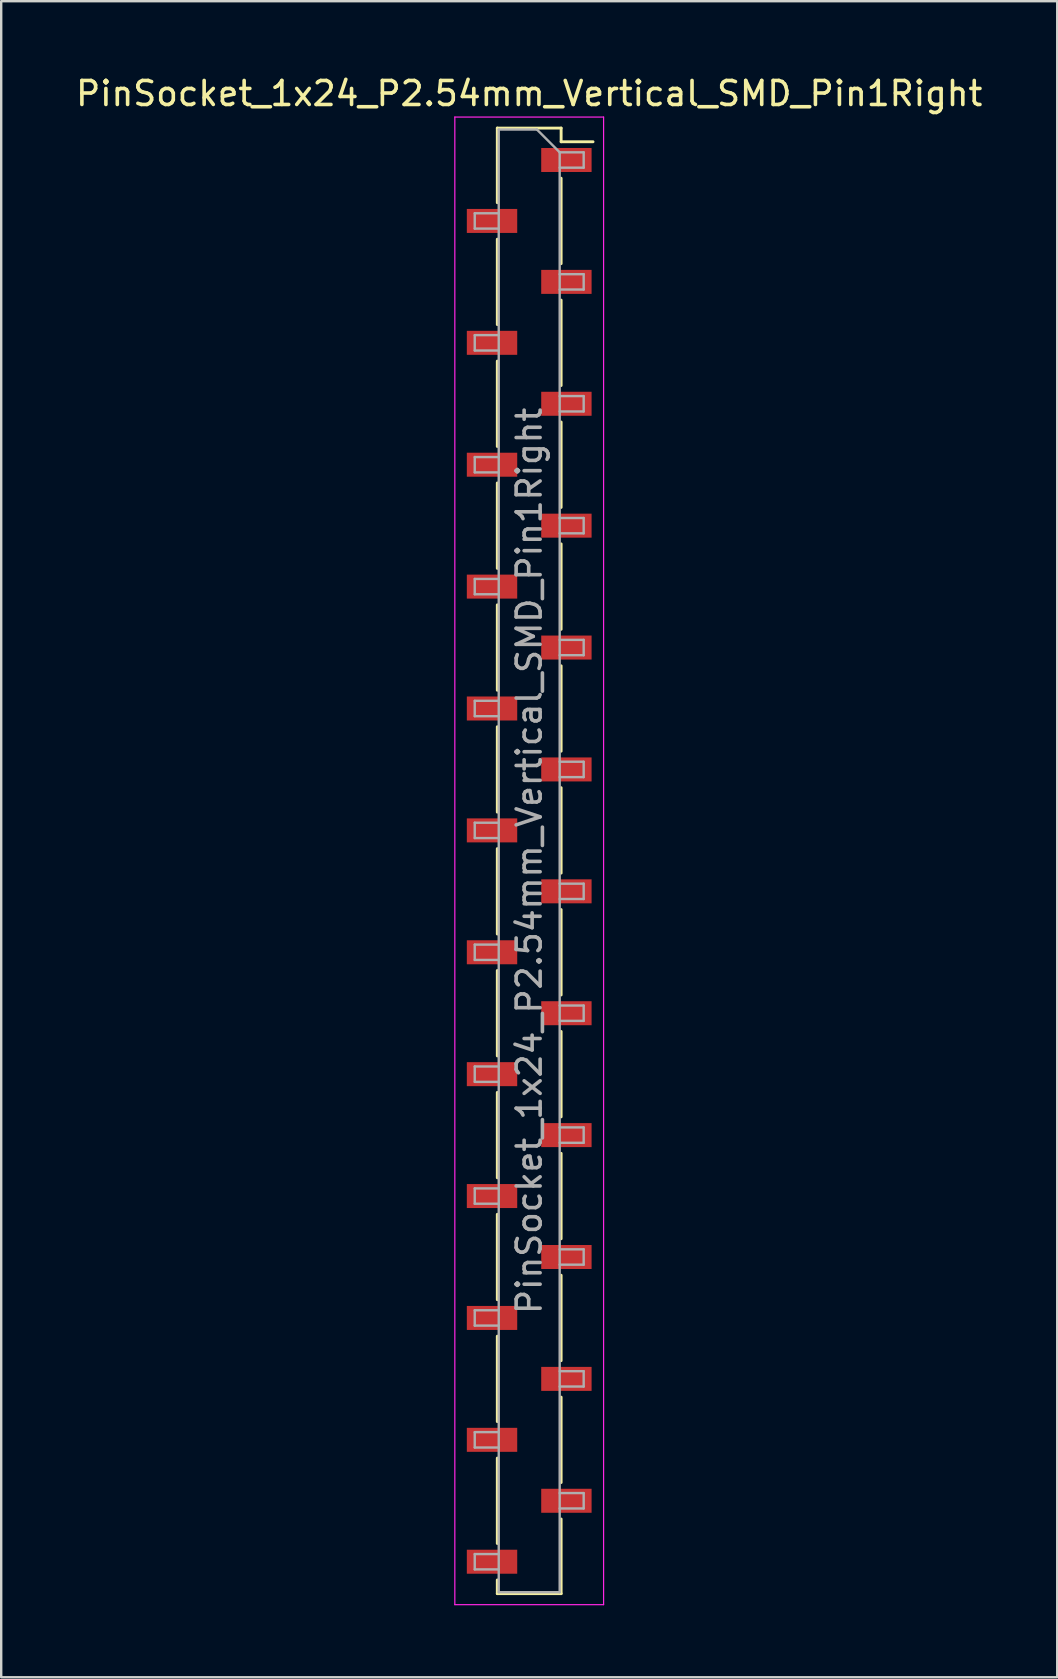
<source format=kicad_pcb>
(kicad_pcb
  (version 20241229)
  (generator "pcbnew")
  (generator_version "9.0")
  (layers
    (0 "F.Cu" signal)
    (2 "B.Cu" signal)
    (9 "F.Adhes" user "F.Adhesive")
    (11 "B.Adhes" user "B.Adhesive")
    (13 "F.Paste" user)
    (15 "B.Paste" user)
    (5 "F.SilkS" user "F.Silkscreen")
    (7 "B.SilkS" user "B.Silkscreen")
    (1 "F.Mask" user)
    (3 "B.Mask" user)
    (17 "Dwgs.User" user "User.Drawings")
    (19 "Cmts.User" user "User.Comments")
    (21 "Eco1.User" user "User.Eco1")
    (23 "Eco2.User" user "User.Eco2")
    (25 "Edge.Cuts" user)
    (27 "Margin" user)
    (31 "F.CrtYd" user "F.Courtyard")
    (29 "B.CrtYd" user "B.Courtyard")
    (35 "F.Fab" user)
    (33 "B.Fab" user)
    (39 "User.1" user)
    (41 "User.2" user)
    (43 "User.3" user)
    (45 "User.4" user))
  (footprint "PinSocket_1x24_P2.54mm_Vertical_SMD_Pin1Right"
    (layer "F.Cu")
    (at 19.006 32.828)
    (property "Reference" "PinSocket_1x24_P2.54mm_Vertical_SMD_Pin1Right" (at 0 -31.98 0) (layer "F.SilkS") (effects (font (size 1 1) (thickness 0.15))))
    (attr smd)
    (fp_line (start -1.33 -30.54) (end -1.33 -27.43) (stroke (width 0.12) (type solid)) (layer "F.SilkS"))
    (fp_line (start -1.33 -30.54) (end 1.33 -30.54) (stroke (width 0.12) (type solid)) (layer "F.SilkS"))
    (fp_line (start -1.33 -25.91) (end -1.33 -22.35) (stroke (width 0.12) (type solid)) (layer "F.SilkS"))
    (fp_line (start -1.33 -20.83) (end -1.33 -17.27) (stroke (width 0.12) (type solid)) (layer "F.SilkS"))
    (fp_line (start -1.33 -15.75) (end -1.33 -12.19) (stroke (width 0.12) (type solid)) (layer "F.SilkS"))
    (fp_line (start -1.33 -10.67) (end -1.33 -7.11) (stroke (width 0.12) (type solid)) (layer "F.SilkS"))
    (fp_line (start -1.33 -5.59) (end -1.33 -2.03) (stroke (width 0.12) (type solid)) (layer "F.SilkS"))
    (fp_line (start -1.33 -0.51) (end -1.33 3.05) (stroke (width 0.12) (type solid)) (layer "F.SilkS"))
    (fp_line (start -1.33 4.57) (end -1.33 8.13) (stroke (width 0.12) (type solid)) (layer "F.SilkS"))
    (fp_line (start -1.33 9.65) (end -1.33 13.21) (stroke (width 0.12) (type solid)) (layer "F.SilkS"))
    (fp_line (start -1.33 14.73) (end -1.33 18.29) (stroke (width 0.12) (type solid)) (layer "F.SilkS"))
    (fp_line (start -1.33 19.81) (end -1.33 23.37) (stroke (width 0.12) (type solid)) (layer "F.SilkS"))
    (fp_line (start -1.33 24.89) (end -1.33 28.45) (stroke (width 0.12) (type solid)) (layer "F.SilkS"))
    (fp_line (start -1.33 30.54) (end -1.33 29.97) (stroke (width 0.12) (type solid)) (layer "F.SilkS"))
    (fp_line (start 1.33 -30.54) (end 1.33 -29.97) (stroke (width 0.12) (type solid)) (layer "F.SilkS"))
    (fp_line (start 1.33 -29.97) (end 2.66 -29.97) (stroke (width 0.12) (type solid)) (layer "F.SilkS"))
    (fp_line (start 1.33 -28.45) (end 1.33 -24.89) (stroke (width 0.12) (type solid)) (layer "F.SilkS"))
    (fp_line (start 1.33 -23.37) (end 1.33 -19.81) (stroke (width 0.12) (type solid)) (layer "F.SilkS"))
    (fp_line (start 1.33 -18.29) (end 1.33 -14.73) (stroke (width 0.12) (type solid)) (layer "F.SilkS"))
    (fp_line (start 1.33 -13.21) (end 1.33 -9.65) (stroke (width 0.12) (type solid)) (layer "F.SilkS"))
    (fp_line (start 1.33 -8.13) (end 1.33 -4.57) (stroke (width 0.12) (type solid)) (layer "F.SilkS"))
    (fp_line (start 1.33 -3.05) (end 1.33 0.51) (stroke (width 0.12) (type solid)) (layer "F.SilkS"))
    (fp_line (start 1.33 2.03) (end 1.33 5.59) (stroke (width 0.12) (type solid)) (layer "F.SilkS"))
    (fp_line (start 1.33 7.11) (end 1.33 10.67) (stroke (width 0.12) (type solid)) (layer "F.SilkS"))
    (fp_line (start 1.33 12.19) (end 1.33 15.75) (stroke (width 0.12) (type solid)) (layer "F.SilkS"))
    (fp_line (start 1.33 17.27) (end 1.33 20.83) (stroke (width 0.12) (type solid)) (layer "F.SilkS"))
    (fp_line (start 1.33 22.35) (end 1.33 25.91) (stroke (width 0.12) (type solid)) (layer "F.SilkS"))
    (fp_line (start 1.33 27.43) (end 1.33 30.54) (stroke (width 0.12) (type solid)) (layer "F.SilkS"))
    (fp_line (start 1.33 30.54) (end -1.33 30.54) (stroke (width 0.12) (type solid)) (layer "F.SilkS"))
    (fp_line (start -3.1 -31) (end 3.1 -31) (stroke (width 0.05) (type solid)) (layer "F.CrtYd"))
    (fp_line (start -3.1 31) (end -3.1 -31) (stroke (width 0.05) (type solid)) (layer "F.CrtYd"))
    (fp_line (start 3.1 -31) (end 3.1 31) (stroke (width 0.05) (type solid)) (layer "F.CrtYd"))
    (fp_line (start 3.1 31) (end -3.1 31) (stroke (width 0.05) (type solid)) (layer "F.CrtYd"))
    (fp_line (start -2.27 -26.99) (end -1.27 -26.99) (stroke (width 0.1) (type solid)) (layer "F.Fab"))
    (fp_line (start -2.27 -26.35) (end -2.27 -26.99) (stroke (width 0.1) (type solid)) (layer "F.Fab"))
    (fp_line (start -2.27 -21.91) (end -1.27 -21.91) (stroke (width 0.1) (type solid)) (layer "F.Fab"))
    (fp_line (start -2.27 -21.27) (end -2.27 -21.91) (stroke (width 0.1) (type solid)) (layer "F.Fab"))
    (fp_line (start -2.27 -16.83) (end -1.27 -16.83) (stroke (width 0.1) (type solid)) (layer "F.Fab"))
    (fp_line (start -2.27 -16.19) (end -2.27 -16.83) (stroke (width 0.1) (type solid)) (layer "F.Fab"))
    (fp_line (start -2.27 -11.75) (end -1.27 -11.75) (stroke (width 0.1) (type solid)) (layer "F.Fab"))
    (fp_line (start -2.27 -11.11) (end -2.27 -11.75) (stroke (width 0.1) (type solid)) (layer "F.Fab"))
    (fp_line (start -2.27 -6.67) (end -1.27 -6.67) (stroke (width 0.1) (type solid)) (layer "F.Fab"))
    (fp_line (start -2.27 -6.03) (end -2.27 -6.67) (stroke (width 0.1) (type solid)) (layer "F.Fab"))
    (fp_line (start -2.27 -1.59) (end -1.27 -1.59) (stroke (width 0.1) (type solid)) (layer "F.Fab"))
    (fp_line (start -2.27 -0.95) (end -2.27 -1.59) (stroke (width 0.1) (type solid)) (layer "F.Fab"))
    (fp_line (start -2.27 3.49) (end -1.27 3.49) (stroke (width 0.1) (type solid)) (layer "F.Fab"))
    (fp_line (start -2.27 4.13) (end -2.27 3.49) (stroke (width 0.1) (type solid)) (layer "F.Fab"))
    (fp_line (start -2.27 8.57) (end -1.27 8.57) (stroke (width 0.1) (type solid)) (layer "F.Fab"))
    (fp_line (start -2.27 9.21) (end -2.27 8.57) (stroke (width 0.1) (type solid)) (layer "F.Fab"))
    (fp_line (start -2.27 13.65) (end -1.27 13.65) (stroke (width 0.1) (type solid)) (layer "F.Fab"))
    (fp_line (start -2.27 14.29) (end -2.27 13.65) (stroke (width 0.1) (type solid)) (layer "F.Fab"))
    (fp_line (start -2.27 18.73) (end -1.27 18.73) (stroke (width 0.1) (type solid)) (layer "F.Fab"))
    (fp_line (start -2.27 19.37) (end -2.27 18.73) (stroke (width 0.1) (type solid)) (layer "F.Fab"))
    (fp_line (start -2.27 23.81) (end -1.27 23.81) (stroke (width 0.1) (type solid)) (layer "F.Fab"))
    (fp_line (start -2.27 24.45) (end -2.27 23.81) (stroke (width 0.1) (type solid)) (layer "F.Fab"))
    (fp_line (start -2.27 28.89) (end -1.27 28.89) (stroke (width 0.1) (type solid)) (layer "F.Fab"))
    (fp_line (start -2.27 29.53) (end -2.27 28.89) (stroke (width 0.1) (type solid)) (layer "F.Fab"))
    (fp_line (start -1.27 -30.48) (end 0.32 -30.48) (stroke (width 0.1) (type solid)) (layer "F.Fab"))
    (fp_line (start -1.27 -26.35) (end -2.27 -26.35) (stroke (width 0.1) (type solid)) (layer "F.Fab"))
    (fp_line (start -1.27 -21.27) (end -2.27 -21.27) (stroke (width 0.1) (type solid)) (layer "F.Fab"))
    (fp_line (start -1.27 -16.19) (end -2.27 -16.19) (stroke (width 0.1) (type solid)) (layer "F.Fab"))
    (fp_line (start -1.27 -11.11) (end -2.27 -11.11) (stroke (width 0.1) (type solid)) (layer "F.Fab"))
    (fp_line (start -1.27 -6.03) (end -2.27 -6.03) (stroke (width 0.1) (type solid)) (layer "F.Fab"))
    (fp_line (start -1.27 -0.95) (end -2.27 -0.95) (stroke (width 0.1) (type solid)) (layer "F.Fab"))
    (fp_line (start -1.27 4.13) (end -2.27 4.13) (stroke (width 0.1) (type solid)) (layer "F.Fab"))
    (fp_line (start -1.27 9.21) (end -2.27 9.21) (stroke (width 0.1) (type solid)) (layer "F.Fab"))
    (fp_line (start -1.27 14.29) (end -2.27 14.29) (stroke (width 0.1) (type solid)) (layer "F.Fab"))
    (fp_line (start -1.27 19.37) (end -2.27 19.37) (stroke (width 0.1) (type solid)) (layer "F.Fab"))
    (fp_line (start -1.27 24.45) (end -2.27 24.45) (stroke (width 0.1) (type solid)) (layer "F.Fab"))
    (fp_line (start -1.27 29.53) (end -2.27 29.53) (stroke (width 0.1) (type solid)) (layer "F.Fab"))
    (fp_line (start -1.27 30.48) (end -1.27 -30.48) (stroke (width 0.1) (type solid)) (layer "F.Fab"))
    (fp_line (start 0.32 -30.48) (end 1.27 -29.53) (stroke (width 0.1) (type solid)) (layer "F.Fab"))
    (fp_line (start 1.27 -29.53) (end 1.27 30.48) (stroke (width 0.1) (type solid)) (layer "F.Fab"))
    (fp_line (start 1.27 -29.53) (end 2.27 -29.53) (stroke (width 0.1) (type solid)) (layer "F.Fab"))
    (fp_line (start 1.27 -24.45) (end 2.27 -24.45) (stroke (width 0.1) (type solid)) (layer "F.Fab"))
    (fp_line (start 1.27 -19.37) (end 2.27 -19.37) (stroke (width 0.1) (type solid)) (layer "F.Fab"))
    (fp_line (start 1.27 -14.29) (end 2.27 -14.29) (stroke (width 0.1) (type solid)) (layer "F.Fab"))
    (fp_line (start 1.27 -9.21) (end 2.27 -9.21) (stroke (width 0.1) (type solid)) (layer "F.Fab"))
    (fp_line (start 1.27 -4.13) (end 2.27 -4.13) (stroke (width 0.1) (type solid)) (layer "F.Fab"))
    (fp_line (start 1.27 0.95) (end 2.27 0.95) (stroke (width 0.1) (type solid)) (layer "F.Fab"))
    (fp_line (start 1.27 6.03) (end 2.27 6.03) (stroke (width 0.1) (type solid)) (layer "F.Fab"))
    (fp_line (start 1.27 11.11) (end 2.27 11.11) (stroke (width 0.1) (type solid)) (layer "F.Fab"))
    (fp_line (start 1.27 16.19) (end 2.27 16.19) (stroke (width 0.1) (type solid)) (layer "F.Fab"))
    (fp_line (start 1.27 21.27) (end 2.27 21.27) (stroke (width 0.1) (type solid)) (layer "F.Fab"))
    (fp_line (start 1.27 26.35) (end 2.27 26.35) (stroke (width 0.1) (type solid)) (layer "F.Fab"))
    (fp_line (start 1.27 30.48) (end -1.27 30.48) (stroke (width 0.1) (type solid)) (layer "F.Fab"))
    (fp_line (start 2.27 -29.53) (end 2.27 -28.89) (stroke (width 0.1) (type solid)) (layer "F.Fab"))
    (fp_line (start 2.27 -28.89) (end 1.27 -28.89) (stroke (width 0.1) (type solid)) (layer "F.Fab"))
    (fp_line (start 2.27 -24.45) (end 2.27 -23.81) (stroke (width 0.1) (type solid)) (layer "F.Fab"))
    (fp_line (start 2.27 -23.81) (end 1.27 -23.81) (stroke (width 0.1) (type solid)) (layer "F.Fab"))
    (fp_line (start 2.27 -19.37) (end 2.27 -18.73) (stroke (width 0.1) (type solid)) (layer "F.Fab"))
    (fp_line (start 2.27 -18.73) (end 1.27 -18.73) (stroke (width 0.1) (type solid)) (layer "F.Fab"))
    (fp_line (start 2.27 -14.29) (end 2.27 -13.65) (stroke (width 0.1) (type solid)) (layer "F.Fab"))
    (fp_line (start 2.27 -13.65) (end 1.27 -13.65) (stroke (width 0.1) (type solid)) (layer "F.Fab"))
    (fp_line (start 2.27 -9.21) (end 2.27 -8.57) (stroke (width 0.1) (type solid)) (layer "F.Fab"))
    (fp_line (start 2.27 -8.57) (end 1.27 -8.57) (stroke (width 0.1) (type solid)) (layer "F.Fab"))
    (fp_line (start 2.27 -4.13) (end 2.27 -3.49) (stroke (width 0.1) (type solid)) (layer "F.Fab"))
    (fp_line (start 2.27 -3.49) (end 1.27 -3.49) (stroke (width 0.1) (type solid)) (layer "F.Fab"))
    (fp_line (start 2.27 0.95) (end 2.27 1.59) (stroke (width 0.1) (type solid)) (layer "F.Fab"))
    (fp_line (start 2.27 1.59) (end 1.27 1.59) (stroke (width 0.1) (type solid)) (layer "F.Fab"))
    (fp_line (start 2.27 6.03) (end 2.27 6.67) (stroke (width 0.1) (type solid)) (layer "F.Fab"))
    (fp_line (start 2.27 6.67) (end 1.27 6.67) (stroke (width 0.1) (type solid)) (layer "F.Fab"))
    (fp_line (start 2.27 11.11) (end 2.27 11.75) (stroke (width 0.1) (type solid)) (layer "F.Fab"))
    (fp_line (start 2.27 11.75) (end 1.27 11.75) (stroke (width 0.1) (type solid)) (layer "F.Fab"))
    (fp_line (start 2.27 16.19) (end 2.27 16.83) (stroke (width 0.1) (type solid)) (layer "F.Fab"))
    (fp_line (start 2.27 16.83) (end 1.27 16.83) (stroke (width 0.1) (type solid)) (layer "F.Fab"))
    (fp_line (start 2.27 21.27) (end 2.27 21.91) (stroke (width 0.1) (type solid)) (layer "F.Fab"))
    (fp_line (start 2.27 21.91) (end 1.27 21.91) (stroke (width 0.1) (type solid)) (layer "F.Fab"))
    (fp_line (start 2.27 26.35) (end 2.27 26.99) (stroke (width 0.1) (type solid)) (layer "F.Fab"))
    (fp_line (start 2.27 26.99) (end 1.27 26.99) (stroke (width 0.1) (type solid)) (layer "F.Fab"))
    (fp_text user "${REFERENCE}" (at 0 0 90) (layer "F.Fab") (effects (font (size 1 1) (thickness 0.15))))
    (pad "1" smd rect (at 1.55 -29.21) (size 2.1 1) (layers "F.Cu" "F.Mask" "F.Paste"))
    (pad "2" smd rect (at -1.55 -26.67) (size 2.1 1) (layers "F.Cu" "F.Mask" "F.Paste"))
    (pad "3" smd rect (at 1.55 -24.13) (size 2.1 1) (layers "F.Cu" "F.Mask" "F.Paste"))
    (pad "4" smd rect (at -1.55 -21.59) (size 2.1 1) (layers "F.Cu" "F.Mask" "F.Paste"))
    (pad "5" smd rect (at 1.55 -19.05) (size 2.1 1) (layers "F.Cu" "F.Mask" "F.Paste"))
    (pad "6" smd rect (at -1.55 -16.51) (size 2.1 1) (layers "F.Cu" "F.Mask" "F.Paste"))
    (pad "7" smd rect (at 1.55 -13.97) (size 2.1 1) (layers "F.Cu" "F.Mask" "F.Paste"))
    (pad "8" smd rect (at -1.55 -11.43) (size 2.1 1) (layers "F.Cu" "F.Mask" "F.Paste"))
    (pad "9" smd rect (at 1.55 -8.89) (size 2.1 1) (layers "F.Cu" "F.Mask" "F.Paste"))
    (pad "10" smd rect (at -1.55 -6.35) (size 2.1 1) (layers "F.Cu" "F.Mask" "F.Paste"))
    (pad "11" smd rect (at 1.55 -3.81) (size 2.1 1) (layers "F.Cu" "F.Mask" "F.Paste"))
    (pad "12" smd rect (at -1.55 -1.27) (size 2.1 1) (layers "F.Cu" "F.Mask" "F.Paste"))
    (pad "13" smd rect (at 1.55 1.27) (size 2.1 1) (layers "F.Cu" "F.Mask" "F.Paste"))
    (pad "14" smd rect (at -1.55 3.81) (size 2.1 1) (layers "F.Cu" "F.Mask" "F.Paste"))
    (pad "15" smd rect (at 1.55 6.35) (size 2.1 1) (layers "F.Cu" "F.Mask" "F.Paste"))
    (pad "16" smd rect (at -1.55 8.89) (size 2.1 1) (layers "F.Cu" "F.Mask" "F.Paste"))
    (pad "17" smd rect (at 1.55 11.43) (size 2.1 1) (layers "F.Cu" "F.Mask" "F.Paste"))
    (pad "18" smd rect (at -1.55 13.97) (size 2.1 1) (layers "F.Cu" "F.Mask" "F.Paste"))
    (pad "19" smd rect (at 1.55 16.51) (size 2.1 1) (layers "F.Cu" "F.Mask" "F.Paste"))
    (pad "20" smd rect (at -1.55 19.05) (size 2.1 1) (layers "F.Cu" "F.Mask" "F.Paste"))
    (pad "21" smd rect (at 1.55 21.59) (size 2.1 1) (layers "F.Cu" "F.Mask" "F.Paste"))
    (pad "22" smd rect (at -1.55 24.13) (size 2.1 1) (layers "F.Cu" "F.Mask" "F.Paste"))
    (pad "23" smd rect (at 1.55 26.67) (size 2.1 1) (layers "F.Cu" "F.Mask" "F.Paste"))
    (pad "24" smd rect (at -1.55 29.21) (size 2.1 1) (layers "F.Cu" "F.Mask" "F.Paste")))
  (gr_rect
    (start -3 -3)
    (end 41.012 66.853)
    (stroke (width 0.1) (type default))
    (fill no)
    (layer "Edge.Cuts")))
</source>
